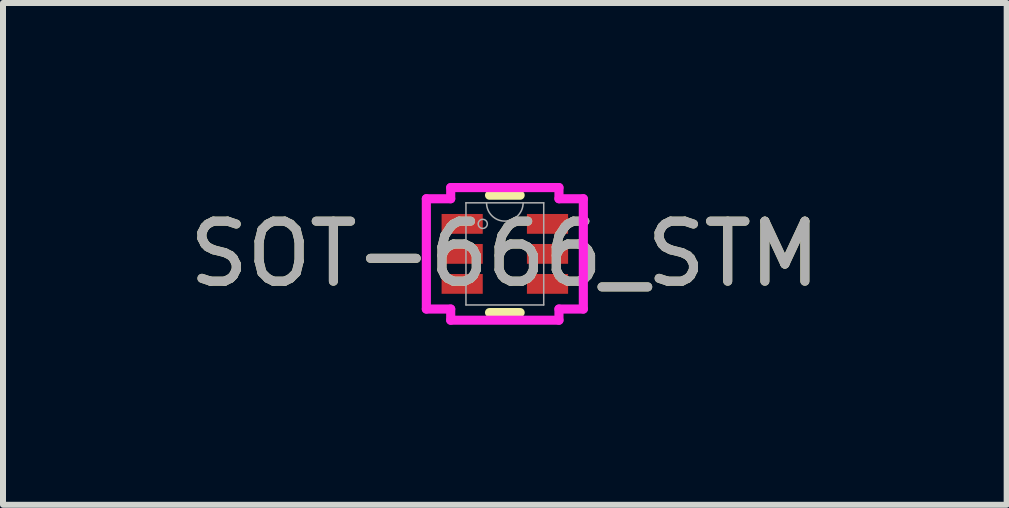
<source format=kicad_pcb>
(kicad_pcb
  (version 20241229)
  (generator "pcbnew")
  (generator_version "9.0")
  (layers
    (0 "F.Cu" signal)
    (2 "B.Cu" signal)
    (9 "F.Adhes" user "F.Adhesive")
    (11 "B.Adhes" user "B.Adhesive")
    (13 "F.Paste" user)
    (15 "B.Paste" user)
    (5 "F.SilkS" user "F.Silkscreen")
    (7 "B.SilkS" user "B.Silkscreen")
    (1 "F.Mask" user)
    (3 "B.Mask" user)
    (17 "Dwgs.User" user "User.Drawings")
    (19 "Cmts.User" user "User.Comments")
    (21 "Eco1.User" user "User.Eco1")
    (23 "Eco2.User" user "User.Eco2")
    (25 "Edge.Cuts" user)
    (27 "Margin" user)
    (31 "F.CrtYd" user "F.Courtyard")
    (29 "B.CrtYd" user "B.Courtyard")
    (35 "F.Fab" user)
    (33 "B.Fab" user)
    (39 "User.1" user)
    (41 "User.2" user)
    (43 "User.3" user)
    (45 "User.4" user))
  (footprint "SOT-666_STM"
    (layer "F.Cu")
    (at 5.363 1.181)
    (property "Reference" "SOT-666_STM" (at 0 0 0) (unlocked yes) (layer "F.SilkS") (effects (font (size 1 1) (thickness 0.15))))
    (attr smd)
    (fp_line (start -0.255 0.978) (end 0.255 0.978) (stroke (width 0.152) (type solid)) (layer "F.SilkS"))
    (fp_line (start 0.255 -0.978) (end -0.255 -0.978) (stroke (width 0.152) (type solid)) (layer "F.SilkS"))
    (fp_line (start -1.308 -0.919) (end -0.902 -0.919) (stroke (width 0.152) (type solid)) (layer "F.CrtYd"))
    (fp_line (start -1.308 0.919) (end -1.308 -0.919) (stroke (width 0.152) (type solid)) (layer "F.CrtYd"))
    (fp_line (start -0.902 -1.105) (end 0.902 -1.105) (stroke (width 0.152) (type solid)) (layer "F.CrtYd"))
    (fp_line (start -0.902 -0.919) (end -0.902 -1.105) (stroke (width 0.152) (type solid)) (layer "F.CrtYd"))
    (fp_line (start -0.902 0.919) (end -1.308 0.919) (stroke (width 0.152) (type solid)) (layer "F.CrtYd"))
    (fp_line (start -0.902 1.105) (end -0.902 0.919) (stroke (width 0.152) (type solid)) (layer "F.CrtYd"))
    (fp_line (start 0.902 -1.105) (end 0.902 -0.919) (stroke (width 0.152) (type solid)) (layer "F.CrtYd"))
    (fp_line (start 0.902 -0.919) (end 1.308 -0.919) (stroke (width 0.152) (type solid)) (layer "F.CrtYd"))
    (fp_line (start 0.902 0.919) (end 0.902 1.105) (stroke (width 0.152) (type solid)) (layer "F.CrtYd"))
    (fp_line (start 0.902 1.105) (end -0.902 1.105) (stroke (width 0.152) (type solid)) (layer "F.CrtYd"))
    (fp_line (start 1.308 -0.919) (end 1.308 0.919) (stroke (width 0.152) (type solid)) (layer "F.CrtYd"))
    (fp_line (start 1.308 0.919) (end 0.902 0.919) (stroke (width 0.152) (type solid)) (layer "F.CrtYd"))
    (fp_line (start -0.648 -0.851) (end -0.648 0.851) (stroke (width 0.025) (type solid)) (layer "F.Fab"))
    (fp_line (start -0.648 0.851) (end 0.648 0.851) (stroke (width 0.025) (type solid)) (layer "F.Fab"))
    (fp_line (start 0.648 -0.851) (end -0.648 -0.851) (stroke (width 0.025) (type solid)) (layer "F.Fab"))
    (fp_line (start 0.648 0.851) (end 0.648 -0.851) (stroke (width 0.025) (type solid)) (layer "F.Fab"))
    (fp_arc (start 0.3048 -0.8509) (mid 0 -0.5461) (end -0.3048 -0.8509) (stroke (width 0.0254) (type solid)) (layer "F.Fab"))
    (fp_circle (center -0.368 -0.5) (end -0.292 -0.5) (stroke (width 0.025) (type solid)) (fill no) (layer "F.Fab"))
    (fp_text user "${REFERENCE}" (at 0 0 0) (unlocked yes) (layer "F.Fab") (effects (font (size 1 1) (thickness 0.15))))
    (pad "1" smd rect (at -0.711 -0.5) (size 0.686 0.33) (layers "F.Cu" "F.Mask" "F.Paste"))
    (pad "2" smd rect (at -0.711 0) (size 0.686 0.33) (layers "F.Cu" "F.Mask" "F.Paste"))
    (pad "3" smd rect (at -0.711 0.5) (size 0.686 0.33) (layers "F.Cu" "F.Mask" "F.Paste"))
    (pad "4" smd rect (at 0.711 0.5) (size 0.686 0.33) (layers "F.Cu" "F.Mask" "F.Paste"))
    (pad "5" smd rect (at 0.711 0) (size 0.686 0.33) (layers "F.Cu" "F.Mask" "F.Paste"))
    (pad "6" smd rect (at 0.711 -0.5) (size 0.686 0.33) (layers "F.Cu" "F.Mask" "F.Paste")))
  (gr_rect
    (start -3 -3)
    (end 13.726 5.362)
    (stroke (width 0.1) (type default))
    (fill no)
    (layer "Edge.Cuts")))
</source>
